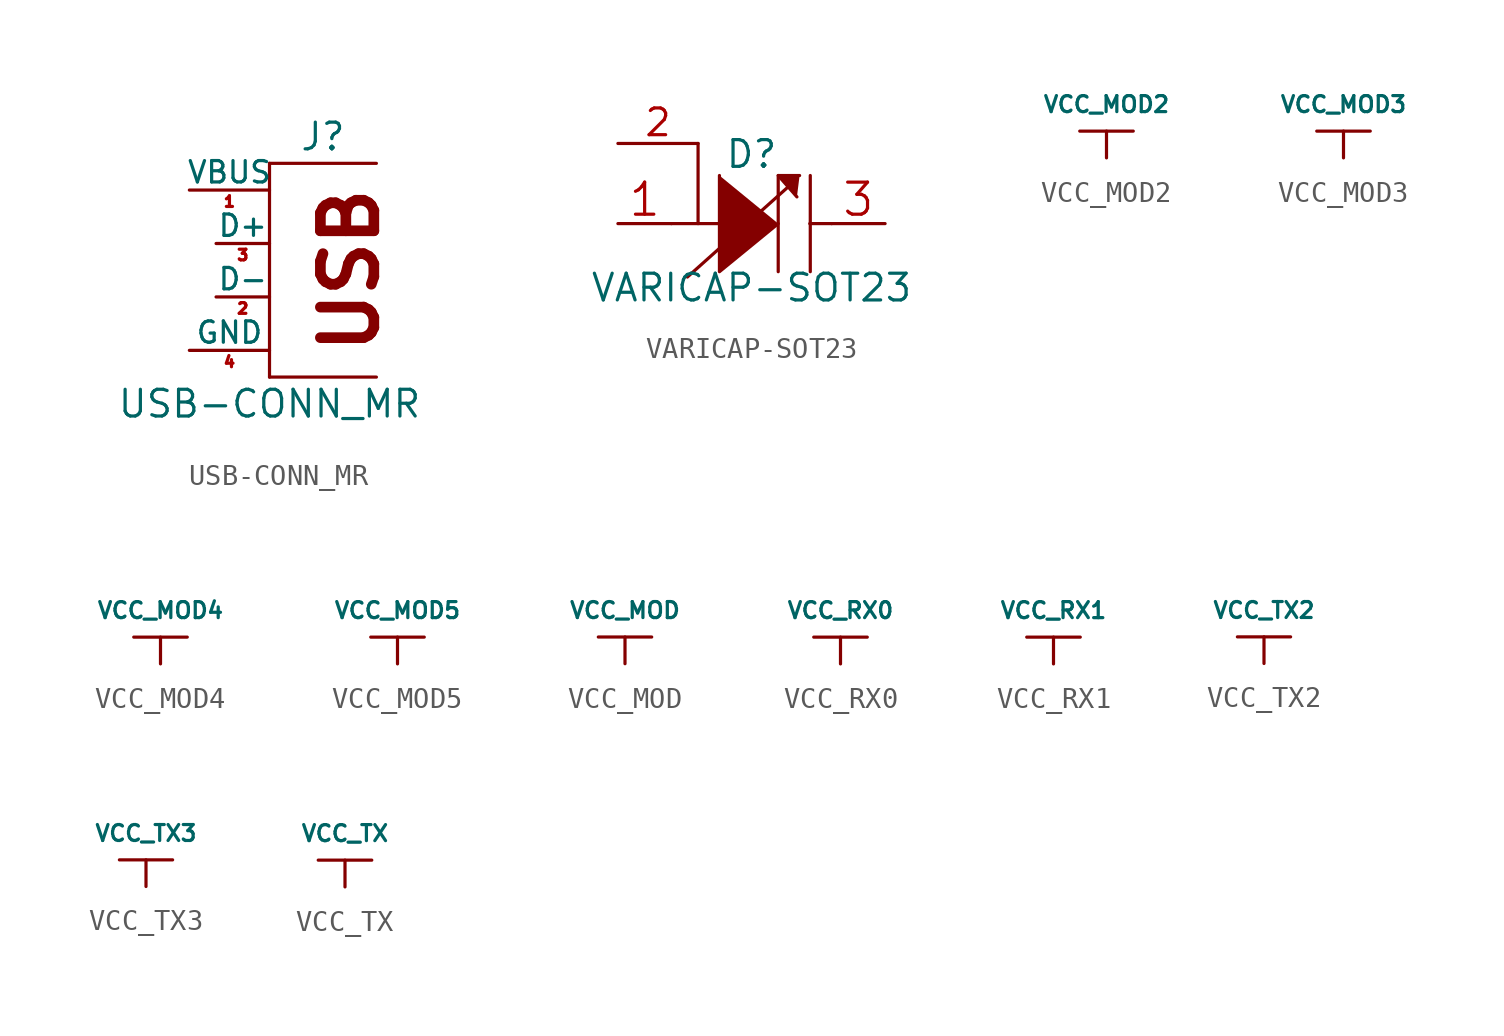
<source format=kicad_sym>
(kicad_symbol_lib
  (version 20211014)
  (generator kicad_symbol_editor)
  (symbol "USB-CONN_MR"
    (pin_names
      (offset 0))
    (property "Reference" "J"
      (at 2.54 10.16 0)
      (effects (font (size 1.27 1.27))))
    (property "Value" "USB-CONN_MR"
      (at 0 -2.54 0)
      (effects (font (size 1.27 1.27))))
    (property "Datasheet" ""
      (at 0 0 0)
      (effects (font (size 1.524 1.524))))
    (symbol "USB-CONN_MR_1_0"
      (polyline (pts (xy 0 -1.27) (xy 5.08 -1.27)) (stroke (width 0) (type default) (color 0 0 0 0)) (fill (type none)))
      (polyline (pts (xy 0 8.89) (xy 0 -1.27)) (stroke (width 0) (type default) (color 0 0 0 0)) (fill (type none)))
      (polyline (pts (xy 5.08 8.89) (xy 0 8.89)) (stroke (width 0) (type default) (color 0 0 0 0)) (fill (type none)))
      (text "USB" (at 3.81 3.81 1) (effects (font (size 2.54 2.54) bold))))
    (symbol "USB-CONN_MR_1_1"
      (pin bidirectional line (at -3.81 7.62 0) (length 3.81) (name "VBUS" (effects (font (size 1.016 1.016)))) (number "1" (effects (font (size 0.508 0.508)))))
      (pin bidirectional line (at -2.54 2.54 0) (length 2.54) (name "D-" (effects (font (size 1.016 1.016)))) (number "2" (effects (font (size 0.508 0.508)))))
      (pin bidirectional line (at -2.54 5.08 0) (length 2.54) (name "D+" (effects (font (size 1.016 1.016)))) (number "3" (effects (font (size 0.508 0.508)))))
      (pin bidirectional line (at -3.81 0 0) (length 3.81) (name "GND" (effects (font (size 1.016 1.016)))) (number "4" (effects (font (size 0.508 0.508)))))))
  (symbol "VARICAP-SOT23"
    (pin_names
      (offset 1.016) hide)
    (property "Reference" "D"
      (at 0 3.302 0)
      (effects (font (size 1.27 1.27))))
    (property "Value" "VARICAP-SOT23"
      (at 0 -3.048 0)
      (effects (font (size 1.27 1.27))))
    (property "Footprint" ""
      (at 0 0 0)
      (effects (font (size 1.524 1.524))))
    (property "Datasheet" ""
      (at 0 0 0)
      (effects (font (size 1.524 1.524))))
    (symbol "VARICAP-SOT23_0_1"
      (polyline (pts (xy -3.81 0) (xy -1.549 0)) (stroke (width 0) (type default) (color 0 0 0 0)) (fill (type none)))
      (polyline (pts (xy -3.048 -2.54) (xy 1.778 1.778)) (stroke (width 0) (type default) (color 0 0 0 0)) (fill (type none)))
      (polyline (pts (xy -2.54 3.81) (xy -2.54 0)) (stroke (width 0) (type default) (color 0 0 0 0)) (fill (type none)))
      (polyline (pts (xy 1.27 -2.286) (xy 1.27 2.286)) (stroke (width 0) (type default) (color 0 0 0 0)) (fill (type none)))
      (polyline (pts (xy 2.769 0) (xy 3.81 0)) (stroke (width 0) (type default) (color 0 0 0 0)) (fill (type none)))
      (polyline (pts (xy 2.794 -2.286) (xy 2.794 2.286)) (stroke (width 0) (type default) (color 0 0 0 0)) (fill (type none)))
      (polyline (pts (xy -1.524 2.286) (xy -1.524 -2.286) (xy 1.27 0)) (stroke (width 0) (type default) (color 0 0 0 0)) (fill (type outline)))
      (polyline (pts (xy 2.286 2.286) (xy 1.27 2.286) (xy 2.159 1.27)) (stroke (width 0) (type default) (color 0 0 0 0)) (fill (type outline))))
    (symbol "VARICAP-SOT23_1_1"
      (pin passive line (at -6.35 0 0) (length 2.54) (name "ANODE" (effects (font (size 1.524 1.524)))) (number "1" (effects (font (size 1.524 1.524)))))
      (pin passive line (at -6.35 3.81 0) (length 3.81) (name "NC" (effects (font (size 1.27 1.27)))) (number "2" (effects (font (size 1.27 1.27)))))
      (pin passive line (at 6.35 0 180) (length 2.54) (name "CATHODE" (effects (font (size 1.524 1.524)))) (number "3" (effects (font (size 1.524 1.524)))))))
  (symbol "VCC_MOD2"
    (power)
    (pin_names
      (offset 0))
    (property "Reference" "#PWR"
      (at 0 2.54 0)
      (effects (font (size 0.762 0.762)) hide))
    (property "Value" "VCC_MOD2"
      (at 0 2.54 0)
      (effects (font (size 0.762 0.762))))
    (property "Footprint" ""
      (at 0 0 0)
      (effects (font (size 1.524 1.524))))
    (property "Datasheet" ""
      (at 0 0 0)
      (effects (font (size 1.524 1.524))))
    (symbol "VCC_MOD2_0_0"
      (pin power_in line (at 0 0 90) (length 0) hide (name "VCC_MOD2" (effects (font (size 0.508 0.508)))) (number "1" (effects (font (size 0.508 0.508))))))
    (symbol "VCC_MOD2_0_1"
      (polyline (pts (xy -1.27 1.27) (xy 1.27 1.27)) (stroke (width 0) (type default) (color 0 0 0 0)) (fill (type none)))
      (polyline (pts (xy 0 0) (xy 0 1.27)) (stroke (width 0) (type default) (color 0 0 0 0)) (fill (type none)))))
  (symbol "VCC_MOD3"
    (power)
    (pin_names
      (offset 0))
    (property "Reference" "#PWR"
      (at 0 2.54 0)
      (effects (font (size 0.762 0.762)) hide))
    (property "Value" "VCC_MOD3"
      (at 0 2.54 0)
      (effects (font (size 0.762 0.762))))
    (property "Footprint" ""
      (at 0 0 0)
      (effects (font (size 1.524 1.524))))
    (property "Datasheet" ""
      (at 0 0 0)
      (effects (font (size 1.524 1.524))))
    (symbol "VCC_MOD3_0_0"
      (pin power_in line (at 0 0 90) (length 0) hide (name "VCC_MOD3" (effects (font (size 0.508 0.508)))) (number "1" (effects (font (size 0.508 0.508))))))
    (symbol "VCC_MOD3_0_1"
      (polyline (pts (xy -1.27 1.27) (xy 1.27 1.27)) (stroke (width 0) (type default) (color 0 0 0 0)) (fill (type none)))
      (polyline (pts (xy 0 0) (xy 0 1.27)) (stroke (width 0) (type default) (color 0 0 0 0)) (fill (type none)))))
  (symbol "VCC_MOD4"
    (power)
    (pin_names
      (offset 0))
    (property "Reference" "#PWR"
      (at 0 2.54 0)
      (effects (font (size 0.762 0.762)) hide))
    (property "Value" "VCC_MOD4"
      (at 0 2.54 0)
      (effects (font (size 0.762 0.762))))
    (property "Footprint" ""
      (at 0 0 0)
      (effects (font (size 1.524 1.524))))
    (property "Datasheet" ""
      (at 0 0 0)
      (effects (font (size 1.524 1.524))))
    (symbol "VCC_MOD4_0_0"
      (pin power_in line (at 0 0 90) (length 0) hide (name "VCC_MOD4" (effects (font (size 0.508 0.508)))) (number "1" (effects (font (size 0.508 0.508))))))
    (symbol "VCC_MOD4_0_1"
      (polyline (pts (xy -1.27 1.27) (xy 1.27 1.27)) (stroke (width 0) (type default) (color 0 0 0 0)) (fill (type none)))
      (polyline (pts (xy 0 0) (xy 0 1.27)) (stroke (width 0) (type default) (color 0 0 0 0)) (fill (type none)))))
  (symbol "VCC_MOD5"
    (power)
    (pin_names
      (offset 0))
    (property "Reference" "#PWR"
      (at 0 2.54 0)
      (effects (font (size 0.762 0.762)) hide))
    (property "Value" "VCC_MOD5"
      (at 0 2.54 0)
      (effects (font (size 0.762 0.762))))
    (property "Footprint" ""
      (at 0 0 0)
      (effects (font (size 1.524 1.524))))
    (property "Datasheet" ""
      (at 0 0 0)
      (effects (font (size 1.524 1.524))))
    (symbol "VCC_MOD5_0_0"
      (pin power_in line (at 0 0 90) (length 0) hide (name "VCC_MOD5" (effects (font (size 0.508 0.508)))) (number "1" (effects (font (size 0.508 0.508))))))
    (symbol "VCC_MOD5_0_1"
      (polyline (pts (xy -1.27 1.27) (xy 1.27 1.27)) (stroke (width 0) (type default) (color 0 0 0 0)) (fill (type none)))
      (polyline (pts (xy 0 0) (xy 0 1.27)) (stroke (width 0) (type default) (color 0 0 0 0)) (fill (type none)))))
  (symbol "VCC_MOD"
    (power)
    (pin_names
      (offset 0))
    (property "Reference" "#PWR"
      (at 0 2.54 0)
      (effects (font (size 0.762 0.762)) hide))
    (property "Value" "VCC_MOD"
      (at 0 2.54 0)
      (effects (font (size 0.762 0.762))))
    (property "Footprint" ""
      (at 0 0 0)
      (effects (font (size 1.524 1.524))))
    (property "Datasheet" ""
      (at 0 0 0)
      (effects (font (size 1.524 1.524))))
    (symbol "VCC_MOD_0_0"
      (pin power_in line (at 0 0 90) (length 0) hide (name "VCC_MOD" (effects (font (size 0.508 0.508)))) (number "1" (effects (font (size 0.508 0.508))))))
    (symbol "VCC_MOD_0_1"
      (polyline (pts (xy -1.27 1.27) (xy 1.27 1.27)) (stroke (width 0) (type default) (color 0 0 0 0)) (fill (type none)))
      (polyline (pts (xy 0 0) (xy 0 1.27)) (stroke (width 0) (type default) (color 0 0 0 0)) (fill (type none)))))
  (symbol "VCC_RX0"
    (power)
    (pin_names
      (offset 0))
    (property "Reference" "#PWR"
      (at 0 2.54 0)
      (effects (font (size 0.762 0.762)) hide))
    (property "Value" "VCC_RX0"
      (at 0 2.54 0)
      (effects (font (size 0.762 0.762))))
    (property "Footprint" ""
      (at 0 0 0)
      (effects (font (size 1.524 1.524))))
    (property "Datasheet" ""
      (at 0 0 0)
      (effects (font (size 1.524 1.524))))
    (symbol "VCC_RX0_0_0"
      (pin power_in line (at 0 0 90) (length 0) hide (name "VCC_RX0" (effects (font (size 0.508 0.508)))) (number "1" (effects (font (size 0.508 0.508))))))
    (symbol "VCC_RX0_0_1"
      (polyline (pts (xy -1.27 1.27) (xy 1.27 1.27)) (stroke (width 0) (type default) (color 0 0 0 0)) (fill (type none)))
      (polyline (pts (xy 0 0) (xy 0 1.27)) (stroke (width 0) (type default) (color 0 0 0 0)) (fill (type none)))))
  (symbol "VCC_RX1"
    (power)
    (pin_names
      (offset 0))
    (property "Reference" "#PWR"
      (at 0 2.54 0)
      (effects (font (size 0.762 0.762)) hide))
    (property "Value" "VCC_RX1"
      (at 0 2.54 0)
      (effects (font (size 0.762 0.762))))
    (property "Footprint" ""
      (at 0 0 0)
      (effects (font (size 1.524 1.524))))
    (property "Datasheet" ""
      (at 0 0 0)
      (effects (font (size 1.524 1.524))))
    (symbol "VCC_RX1_0_0"
      (pin power_in line (at 0 0 90) (length 0) hide (name "VCC_RX1" (effects (font (size 0.508 0.508)))) (number "1" (effects (font (size 0.508 0.508))))))
    (symbol "VCC_RX1_0_1"
      (polyline (pts (xy -1.27 1.27) (xy 1.27 1.27)) (stroke (width 0) (type default) (color 0 0 0 0)) (fill (type none)))
      (polyline (pts (xy 0 0) (xy 0 1.27)) (stroke (width 0) (type default) (color 0 0 0 0)) (fill (type none)))))
  (symbol "VCC_TX2"
    (power)
    (pin_names
      (offset 0))
    (property "Reference" "#PWR"
      (at 0 2.54 0)
      (effects (font (size 0.762 0.762)) hide))
    (property "Value" "VCC_TX2"
      (at 0 2.54 0)
      (effects (font (size 0.762 0.762))))
    (property "Footprint" ""
      (at 0 0 0)
      (effects (font (size 1.524 1.524))))
    (property "Datasheet" ""
      (at 0 0 0)
      (effects (font (size 1.524 1.524))))
    (symbol "VCC_TX2_0_0"
      (pin power_in line (at 0 0 90) (length 0) hide (name "VCC_TX2" (effects (font (size 0.508 0.508)))) (number "1" (effects (font (size 0.508 0.508))))))
    (symbol "VCC_TX2_0_1"
      (polyline (pts (xy -1.27 1.27) (xy 1.27 1.27)) (stroke (width 0) (type default) (color 0 0 0 0)) (fill (type none)))
      (polyline (pts (xy 0 0) (xy 0 1.27)) (stroke (width 0) (type default) (color 0 0 0 0)) (fill (type none)))))
  (symbol "VCC_TX3"
    (power)
    (pin_names
      (offset 0))
    (property "Reference" "#PWR"
      (at 0 2.54 0)
      (effects (font (size 0.762 0.762)) hide))
    (property "Value" "VCC_TX3"
      (at 0 2.54 0)
      (effects (font (size 0.762 0.762))))
    (property "Footprint" ""
      (at 0 0 0)
      (effects (font (size 1.524 1.524))))
    (property "Datasheet" ""
      (at 0 0 0)
      (effects (font (size 1.524 1.524))))
    (symbol "VCC_TX3_0_0"
      (pin power_in line (at 0 0 90) (length 0) hide (name "VCC_TX3" (effects (font (size 0.508 0.508)))) (number "1" (effects (font (size 0.508 0.508))))))
    (symbol "VCC_TX3_0_1"
      (polyline (pts (xy -1.27 1.27) (xy 1.27 1.27)) (stroke (width 0) (type default) (color 0 0 0 0)) (fill (type none)))
      (polyline (pts (xy 0 0) (xy 0 1.27)) (stroke (width 0) (type default) (color 0 0 0 0)) (fill (type none)))))
  (symbol "VCC_TX"
    (power)
    (pin_names
      (offset 0))
    (property "Reference" "#PWR"
      (at 0 2.54 0)
      (effects (font (size 0.762 0.762)) hide))
    (property "Value" "VCC_TX"
      (at 0 2.54 0)
      (effects (font (size 0.762 0.762))))
    (property "Footprint" ""
      (at 0 0 0)
      (effects (font (size 1.524 1.524))))
    (property "Datasheet" ""
      (at 0 0 0)
      (effects (font (size 1.524 1.524))))
    (symbol "VCC_TX_0_0"
      (pin power_in line (at 0 0 90) (length 0) hide (name "VCC_TX" (effects (font (size 0.508 0.508)))) (number "1" (effects (font (size 0.508 0.508))))))
    (symbol "VCC_TX_0_1"
      (polyline (pts (xy -1.27 1.27) (xy 1.27 1.27)) (stroke (width 0) (type default) (color 0 0 0 0)) (fill (type none)))
      (polyline (pts (xy 0 0) (xy 0 1.27)) (stroke (width 0) (type default) (color 0 0 0 0)) (fill (type none))))))
</source>
